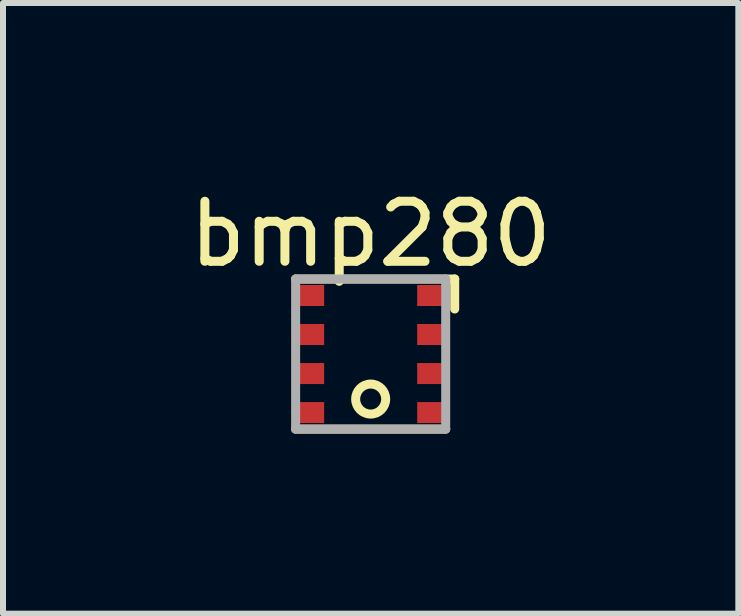
<source format=kicad_pcb>
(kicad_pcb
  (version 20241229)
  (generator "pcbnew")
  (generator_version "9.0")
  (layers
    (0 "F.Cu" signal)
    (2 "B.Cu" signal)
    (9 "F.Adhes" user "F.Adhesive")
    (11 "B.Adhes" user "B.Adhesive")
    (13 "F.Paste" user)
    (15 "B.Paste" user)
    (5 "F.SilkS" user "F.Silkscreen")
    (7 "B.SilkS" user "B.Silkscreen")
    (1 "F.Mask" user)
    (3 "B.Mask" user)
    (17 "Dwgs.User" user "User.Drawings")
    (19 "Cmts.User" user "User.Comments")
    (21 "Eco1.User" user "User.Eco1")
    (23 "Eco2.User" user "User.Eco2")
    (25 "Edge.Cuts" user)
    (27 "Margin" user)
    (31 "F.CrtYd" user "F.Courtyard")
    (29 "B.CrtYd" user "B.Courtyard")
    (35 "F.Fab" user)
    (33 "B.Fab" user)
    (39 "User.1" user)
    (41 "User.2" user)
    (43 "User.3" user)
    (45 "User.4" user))
  (footprint "bmp280"
    (layer "F.Cu")
    (at 3.125 2.848)
    (property "Reference" "bmp280" (at 0 -2 0) (layer "F.SilkS") (effects (font (size 1 1) (thickness 0.15))))
    (attr through_hole)
    (fp_line (start -1.25 -1.25) (end 1.4 -1.25) (stroke (width 0.15) (type solid)) (layer "F.SilkS"))
    (fp_line (start 1.25 1.25) (end -1.25 1.25) (stroke (width 0.15) (type solid)) (layer "F.SilkS"))
    (fp_line (start 1.4 -1.25) (end 1.4 -0.75) (stroke (width 0.15) (type solid)) (layer "F.SilkS"))
    (fp_circle (center 0 0.75) (end 0.25 0.75) (stroke (width 0.15) (type solid)) (fill no) (layer "F.SilkS"))
    (fp_line (start -1.25 -1.25) (end 1.25 -1.25) (stroke (width 0.15) (type solid)) (layer "F.Fab"))
    (fp_line (start -1.25 1.25) (end -1.25 -1.25) (stroke (width 0.15) (type solid)) (layer "F.Fab"))
    (fp_line (start 1.25 -1.25) (end 1.25 1.25) (stroke (width 0.15) (type solid)) (layer "F.Fab"))
    (fp_line (start 1.25 1.25) (end -1.25 1.25) (stroke (width 0.15) (type solid)) (layer "F.Fab"))
    (pad "1" smd rect (at 1.025 -0.975) (size 0.5 0.35) (layers "F.Cu" "F.Mask" "F.Paste"))
    (pad "2" smd rect (at 1.025 -0.325) (size 0.5 0.35) (layers "F.Cu" "F.Mask" "F.Paste"))
    (pad "3" smd rect (at 1.025 0.325) (size 0.5 0.35) (layers "F.Cu" "F.Mask" "F.Paste"))
    (pad "4" smd rect (at 1.025 0.975) (size 0.5 0.35) (layers "F.Cu" "F.Mask" "F.Paste"))
    (pad "5" smd rect (at -1.025 0.975) (size 0.5 0.35) (layers "F.Cu" "F.Mask" "F.Paste"))
    (pad "6" smd rect (at -1.025 0.325) (size 0.5 0.35) (layers "F.Cu" "F.Mask" "F.Paste"))
    (pad "7" smd rect (at -1.025 -0.325) (size 0.5 0.35) (layers "F.Cu" "F.Mask" "F.Paste"))
    (pad "8" smd rect (at -1.025 -0.975) (size 0.5 0.35) (layers "F.Cu" "F.Mask" "F.Paste")))
  (gr_rect
    (start -3 -3)
    (end 9.25 7.173)
    (stroke (width 0.1) (type default))
    (fill no)
    (layer "Edge.Cuts")))
</source>
